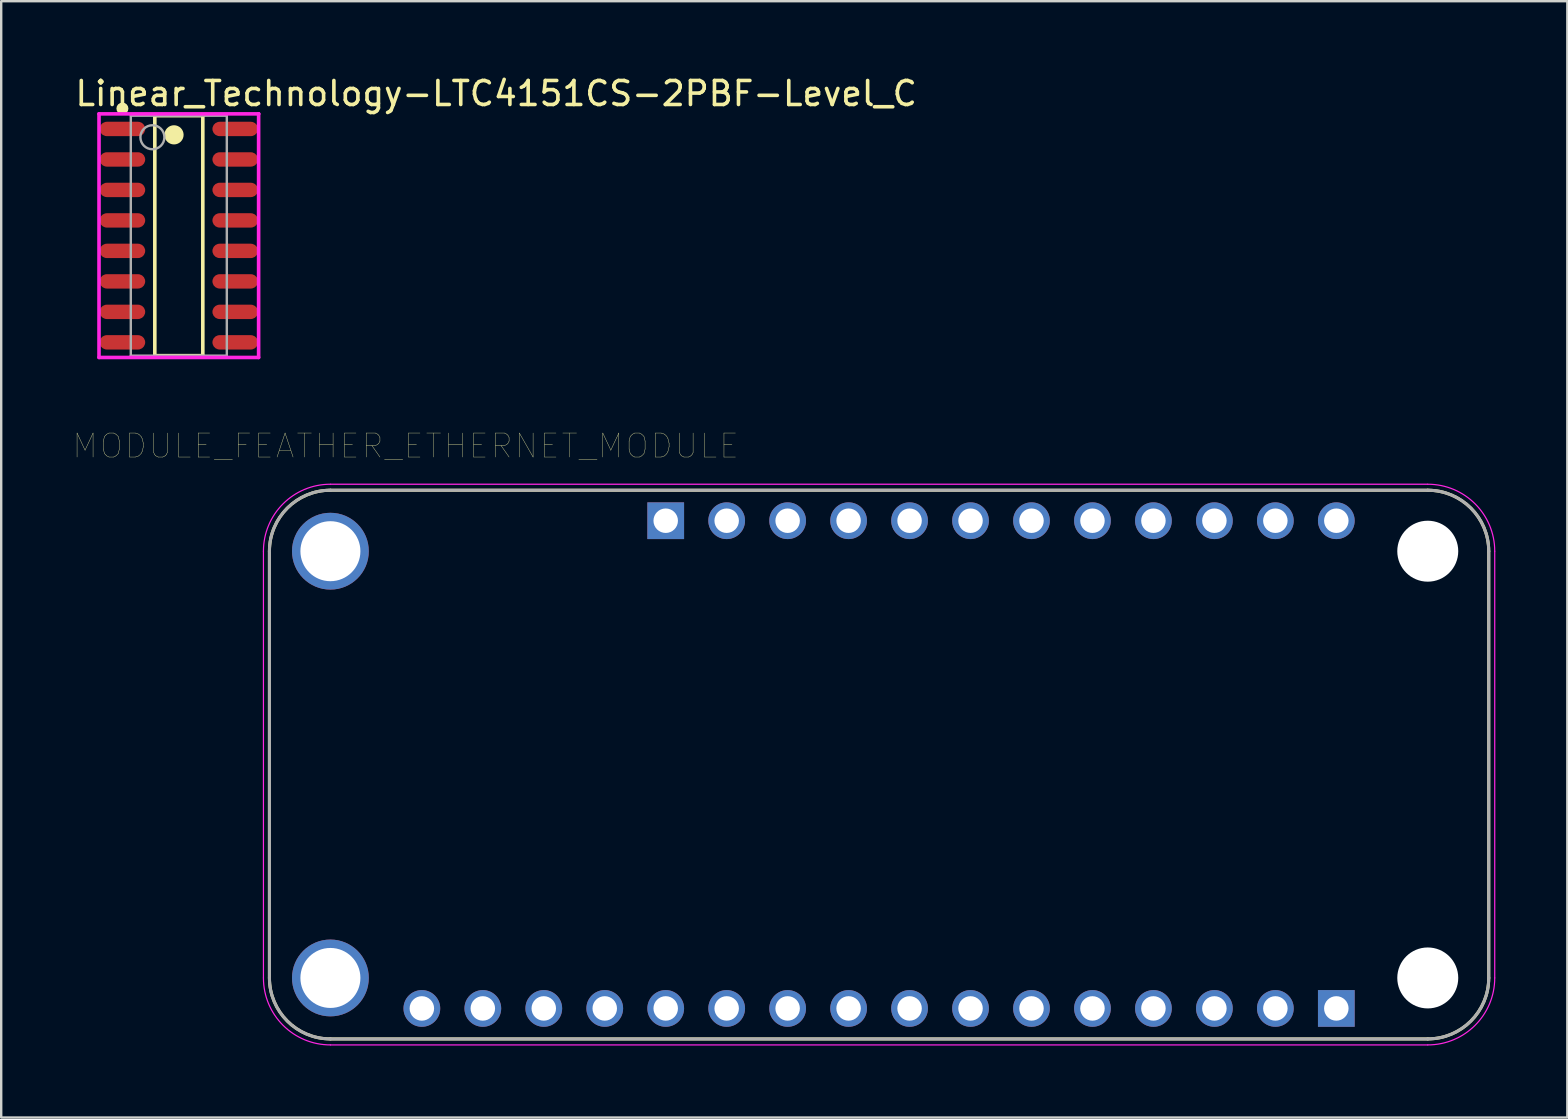
<source format=kicad_pcb>
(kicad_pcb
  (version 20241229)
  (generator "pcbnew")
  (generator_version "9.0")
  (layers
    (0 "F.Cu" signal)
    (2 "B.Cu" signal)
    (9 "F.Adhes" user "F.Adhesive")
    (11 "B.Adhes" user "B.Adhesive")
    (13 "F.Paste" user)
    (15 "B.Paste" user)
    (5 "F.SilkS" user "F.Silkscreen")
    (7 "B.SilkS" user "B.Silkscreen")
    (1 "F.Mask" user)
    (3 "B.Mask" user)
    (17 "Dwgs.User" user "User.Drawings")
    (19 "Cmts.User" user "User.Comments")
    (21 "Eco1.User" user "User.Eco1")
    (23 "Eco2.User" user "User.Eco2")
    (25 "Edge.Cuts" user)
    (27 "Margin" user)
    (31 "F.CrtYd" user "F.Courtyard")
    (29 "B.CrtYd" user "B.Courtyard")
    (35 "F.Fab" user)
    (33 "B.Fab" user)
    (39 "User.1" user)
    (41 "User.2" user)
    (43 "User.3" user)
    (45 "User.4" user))
  (footprint "MODULE_FEATHER_ETHERNET_MODULE"
    (layer "F.Cu")
    (at 33.576 28.805)
    (property "Reference" "MODULE_FEATHER_ETHERNET_MODULE" (at -19.725 -13.275 0) (layer "F.SilkS") (effects (font (size 1 1) (thickness 0.015))))
    (attr through_hole)
    (fp_line (start -25.4 8.89) (end -25.4 -8.89) (stroke (width 0.127) (type solid)) (layer "F.SilkS"))
    (fp_line (start -22.86 -11.43) (end 22.86 -11.43) (stroke (width 0.127) (type solid)) (layer "F.SilkS"))
    (fp_line (start 22.86 11.43) (end -22.86 11.43) (stroke (width 0.127) (type solid)) (layer "F.SilkS"))
    (fp_line (start 25.4 -8.89) (end 25.4 8.89) (stroke (width 0.127) (type solid)) (layer "F.SilkS"))
    (fp_arc (start -25.4 -8.89) (mid -24.656051 -10.686051) (end -22.86 -11.43) (stroke (width 0.127) (type solid)) (layer "F.SilkS"))
    (fp_arc (start -22.86 11.43) (mid -24.656051 10.686051) (end -25.4 8.89) (stroke (width 0.127) (type solid)) (layer "F.SilkS"))
    (fp_arc (start 22.86 -11.43) (mid 24.656051 -10.686051) (end 25.4 -8.89) (stroke (width 0.127) (type solid)) (layer "F.SilkS"))
    (fp_arc (start 25.4 8.89) (mid 24.656051 10.686051) (end 22.86 11.43) (stroke (width 0.127) (type solid)) (layer "F.SilkS"))
    (fp_line (start -25.65 -8.89) (end -25.65 8.89) (stroke (width 0.05) (type solid)) (layer "F.CrtYd"))
    (fp_line (start -22.86 11.68) (end 22.86 11.68) (stroke (width 0.05) (type solid)) (layer "F.CrtYd"))
    (fp_line (start 22.86 -11.68) (end -22.86 -11.68) (stroke (width 0.05) (type solid)) (layer "F.CrtYd"))
    (fp_line (start 25.65 8.89) (end 25.65 -8.89) (stroke (width 0.05) (type solid)) (layer "F.CrtYd"))
    (fp_arc (start -25.65 -8.89) (mid -24.832828 -10.862828) (end -22.86 -11.68) (stroke (width 0.05) (type solid)) (layer "F.CrtYd"))
    (fp_arc (start -22.86 11.68) (mid -24.832828 10.862828) (end -25.65 8.89) (stroke (width 0.05) (type solid)) (layer "F.CrtYd"))
    (fp_arc (start 22.86 -11.68) (mid 24.832828 -10.862828) (end 25.65 -8.89) (stroke (width 0.05) (type solid)) (layer "F.CrtYd"))
    (fp_arc (start 25.65 8.89) (mid 24.832828 10.862828) (end 22.86 11.68) (stroke (width 0.05) (type solid)) (layer "F.CrtYd"))
    (fp_line (start -25.4 8.89) (end -25.4 -8.89) (stroke (width 0.127) (type solid)) (layer "F.Fab"))
    (fp_line (start -22.86 -11.43) (end 22.86 -11.43) (stroke (width 0.127) (type solid)) (layer "F.Fab"))
    (fp_line (start 22.86 11.43) (end -22.86 11.43) (stroke (width 0.127) (type solid)) (layer "F.Fab"))
    (fp_line (start 25.4 -8.89) (end 25.4 8.89) (stroke (width 0.127) (type solid)) (layer "F.Fab"))
    (fp_arc (start -25.4 -8.89) (mid -24.656051 -10.686051) (end -22.86 -11.43) (stroke (width 0.127) (type solid)) (layer "F.Fab"))
    (fp_arc (start -22.86 11.43) (mid -24.656051 10.686051) (end -25.4 8.89) (stroke (width 0.127) (type solid)) (layer "F.Fab"))
    (fp_arc (start 22.86 -11.43) (mid 24.656051 -10.686051) (end 25.4 -8.89) (stroke (width 0.127) (type solid)) (layer "F.Fab"))
    (fp_arc (start 25.4 8.89) (mid 24.656051 10.686051) (end 22.86 11.43) (stroke (width 0.127) (type solid)) (layer "F.Fab"))
    (pad "" np_thru_hole circle (at 22.86 -8.89) (size 2.54 2.54) (drill 2.54) (layers "*.Cu" "*.Mask"))
    (pad "" np_thru_hole circle (at 22.86 8.89) (size 2.54 2.54) (drill 2.54) (layers "*.Cu" "*.Mask"))
    (pad "P$1" thru_hole circle (at -22.86 -8.89) (size 3.2 3.2) (drill 2.5) (layers "*.Cu" "*.Mask"))
    (pad "P$2" thru_hole circle (at -22.86 8.89) (size 3.2 3.2) (drill 2.5) (layers "*.Cu" "*.Mask"))
    (pad "P1_1" thru_hole rect (at 19.05 10.16) (size 1.53 1.53) (drill 1.02) (layers "*.Cu" "*.Mask"))
    (pad "P1_2" thru_hole circle (at 16.51 10.16) (size 1.53 1.53) (drill 1.02) (layers "*.Cu" "*.Mask"))
    (pad "P1_3" thru_hole circle (at 13.97 10.16) (size 1.53 1.53) (drill 1.02) (layers "*.Cu" "*.Mask"))
    (pad "P1_4" thru_hole circle (at 11.43 10.16) (size 1.53 1.53) (drill 1.02) (layers "*.Cu" "*.Mask"))
    (pad "P1_5" thru_hole circle (at 8.89 10.16) (size 1.53 1.53) (drill 1.02) (layers "*.Cu" "*.Mask"))
    (pad "P1_6" thru_hole circle (at 6.35 10.16) (size 1.53 1.53) (drill 1.02) (layers "*.Cu" "*.Mask"))
    (pad "P1_7" thru_hole circle (at 3.81 10.16) (size 1.53 1.53) (drill 1.02) (layers "*.Cu" "*.Mask"))
    (pad "P1_8" thru_hole circle (at 1.27 10.16) (size 1.53 1.53) (drill 1.02) (layers "*.Cu" "*.Mask"))
    (pad "P1_9" thru_hole circle (at -1.27 10.16) (size 1.53 1.53) (drill 1.02) (layers "*.Cu" "*.Mask"))
    (pad "P1_10" thru_hole circle (at -3.81 10.16) (size 1.53 1.53) (drill 1.02) (layers "*.Cu" "*.Mask"))
    (pad "P1_11" thru_hole circle (at -6.35 10.16) (size 1.53 1.53) (drill 1.02) (layers "*.Cu" "*.Mask"))
    (pad "P1_12" thru_hole circle (at -8.89 10.16) (size 1.53 1.53) (drill 1.02) (layers "*.Cu" "*.Mask"))
    (pad "P1_13" thru_hole circle (at -11.43 10.16) (size 1.53 1.53) (drill 1.02) (layers "*.Cu" "*.Mask"))
    (pad "P1_14" thru_hole circle (at -13.97 10.16) (size 1.53 1.53) (drill 1.02) (layers "*.Cu" "*.Mask"))
    (pad "P1_15" thru_hole circle (at -16.51 10.16) (size 1.53 1.53) (drill 1.02) (layers "*.Cu" "*.Mask"))
    (pad "P1_16" thru_hole circle (at -19.05 10.16) (size 1.53 1.53) (drill 1.02) (layers "*.Cu" "*.Mask"))
    (pad "P2_1" thru_hole rect (at -8.89 -10.16) (size 1.53 1.53) (drill 1.02) (layers "*.Cu" "*.Mask"))
    (pad "P2_2" thru_hole circle (at -6.35 -10.16) (size 1.53 1.53) (drill 1.02) (layers "*.Cu" "*.Mask"))
    (pad "P2_3" thru_hole circle (at -3.81 -10.16) (size 1.53 1.53) (drill 1.02) (layers "*.Cu" "*.Mask"))
    (pad "P2_4" thru_hole circle (at -1.27 -10.16) (size 1.53 1.53) (drill 1.02) (layers "*.Cu" "*.Mask"))
    (pad "P2_5" thru_hole circle (at 1.27 -10.16) (size 1.53 1.53) (drill 1.02) (layers "*.Cu" "*.Mask"))
    (pad "P2_6" thru_hole circle (at 3.81 -10.16) (size 1.53 1.53) (drill 1.02) (layers "*.Cu" "*.Mask"))
    (pad "P2_7" thru_hole circle (at 6.35 -10.16) (size 1.53 1.53) (drill 1.02) (layers "*.Cu" "*.Mask"))
    (pad "P2_8" thru_hole circle (at 8.89 -10.16) (size 1.53 1.53) (drill 1.02) (layers "*.Cu" "*.Mask"))
    (pad "P2_9" thru_hole circle (at 11.43 -10.16) (size 1.53 1.53) (drill 1.02) (layers "*.Cu" "*.Mask"))
    (pad "P2_10" thru_hole circle (at 13.97 -10.16) (size 1.53 1.53) (drill 1.02) (layers "*.Cu" "*.Mask"))
    (pad "P2_11" thru_hole circle (at 16.51 -10.16) (size 1.53 1.53) (drill 1.02) (layers "*.Cu" "*.Mask"))
    (pad "P2_12" thru_hole circle (at 19.05 -10.16) (size 1.53 1.53) (drill 1.02) (layers "*.Cu" "*.Mask")))
  (footprint "Linear_Technology-LTC4151CS-2PBF-Level_C"
    (layer "F.Cu")
    (at 4.4 6.768)
    (property "Reference" "Linear_Technology-LTC4151CS-2PBF-Level_C" (at -4.4 -5.92 0) (layer "F.SilkS") (effects (font (size 1 1) (thickness 0.15)) (justify left)))
    (attr through_hole)
    (fp_line (start -1 -5) (end 1 -5) (stroke (width 0.15) (type solid)) (layer "F.SilkS"))
    (fp_line (start -1 5) (end -1 -5) (stroke (width 0.15) (type solid)) (layer "F.SilkS"))
    (fp_line (start -1 5) (end 1 5) (stroke (width 0.15) (type solid)) (layer "F.SilkS"))
    (fp_line (start 1 5) (end 1 -5) (stroke (width 0.15) (type solid)) (layer "F.SilkS"))
    (fp_circle (center -2.35 -5.295) (end -2.225 -5.295) (stroke (width 0.25) (type solid)) (fill no) (layer "F.SilkS"))
    (fp_circle (center -0.2 -4.2) (end 0 -4.2) (stroke (width 0.4) (type solid)) (fill no) (layer "F.SilkS"))
    (fp_line (start -3.325 -5.075) (end -3.325 5.075) (stroke (width 0.15) (type solid)) (layer "F.CrtYd"))
    (fp_line (start -3.325 5.075) (end 3.325 5.075) (stroke (width 0.15) (type solid)) (layer "F.CrtYd"))
    (fp_line (start 3.325 -5.075) (end -3.325 -5.075) (stroke (width 0.15) (type solid)) (layer "F.CrtYd"))
    (fp_line (start 3.325 -5.075) (end 3.325 -5.075) (stroke (width 0.15) (type solid)) (layer "F.CrtYd"))
    (fp_line (start 3.325 5.075) (end 3.325 -5.075) (stroke (width 0.15) (type solid)) (layer "F.CrtYd"))
    (fp_line (start -2 -5) (end 2 -5) (stroke (width 0.1) (type solid)) (layer "F.Fab"))
    (fp_line (start -2 5) (end -2 -5) (stroke (width 0.1) (type solid)) (layer "F.Fab"))
    (fp_line (start -2 5) (end 2 5) (stroke (width 0.1) (type solid)) (layer "F.Fab"))
    (fp_line (start 2 5) (end 2 -5) (stroke (width 0.1) (type solid)) (layer "F.Fab"))
    (fp_circle (center -1.1 -4.1) (end -0.6 -4.1) (stroke (width 0.1) (type solid)) (fill no) (layer "F.Fab"))
    (pad "1" smd roundrect (at -2.35 -4.445 270) (size 0.6 1.9) (layers "F.Cu" "F.Mask" "F.Paste") (roundrect_rratio 0.5))
    (pad "2" smd roundrect (at -2.35 -3.175 270) (size 0.6 1.9) (layers "F.Cu" "F.Mask" "F.Paste") (roundrect_rratio 0.5))
    (pad "3" smd roundrect (at -2.35 -1.905 270) (size 0.6 1.9) (layers "F.Cu" "F.Mask" "F.Paste") (roundrect_rratio 0.5))
    (pad "4" smd roundrect (at -2.35 -0.635 270) (size 0.6 1.9) (layers "F.Cu" "F.Mask" "F.Paste") (roundrect_rratio 0.5))
    (pad "5" smd roundrect (at -2.35 0.635 270) (size 0.6 1.9) (layers "F.Cu" "F.Mask" "F.Paste") (roundrect_rratio 0.5))
    (pad "6" smd roundrect (at -2.35 1.905 270) (size 0.6 1.9) (layers "F.Cu" "F.Mask" "F.Paste") (roundrect_rratio 0.5))
    (pad "7" smd roundrect (at -2.35 3.175 270) (size 0.6 1.9) (layers "F.Cu" "F.Mask" "F.Paste") (roundrect_rratio 0.5))
    (pad "8" smd roundrect (at -2.35 4.445 270) (size 0.6 1.9) (layers "F.Cu" "F.Mask" "F.Paste") (roundrect_rratio 0.5))
    (pad "9" smd roundrect (at 2.35 4.445 270) (size 0.6 1.9) (layers "F.Cu" "F.Mask" "F.Paste") (roundrect_rratio 0.5))
    (pad "10" smd roundrect (at 2.35 3.175 270) (size 0.6 1.9) (layers "F.Cu" "F.Mask" "F.Paste") (roundrect_rratio 0.5))
    (pad "11" smd roundrect (at 2.35 1.905 270) (size 0.6 1.9) (layers "F.Cu" "F.Mask" "F.Paste") (roundrect_rratio 0.5))
    (pad "12" smd roundrect (at 2.35 0.635 270) (size 0.6 1.9) (layers "F.Cu" "F.Mask" "F.Paste") (roundrect_rratio 0.5))
    (pad "13" smd roundrect (at 2.35 -0.635 270) (size 0.6 1.9) (layers "F.Cu" "F.Mask" "F.Paste") (roundrect_rratio 0.5))
    (pad "14" smd roundrect (at 2.35 -1.905 270) (size 0.6 1.9) (layers "F.Cu" "F.Mask" "F.Paste") (roundrect_rratio 0.5))
    (pad "15" smd roundrect (at 2.35 -3.175 270) (size 0.6 1.9) (layers "F.Cu" "F.Mask" "F.Paste") (roundrect_rratio 0.5))
    (pad "16" smd roundrect (at 2.35 -4.445 270) (size 0.6 1.9) (layers "F.Cu" "F.Mask" "F.Paste") (roundrect_rratio 0.5)))
  (gr_rect
    (start -3 -3)
    (end 62.251 43.51)
    (stroke (width 0.1) (type default))
    (fill no)
    (layer "Edge.Cuts")))
</source>
